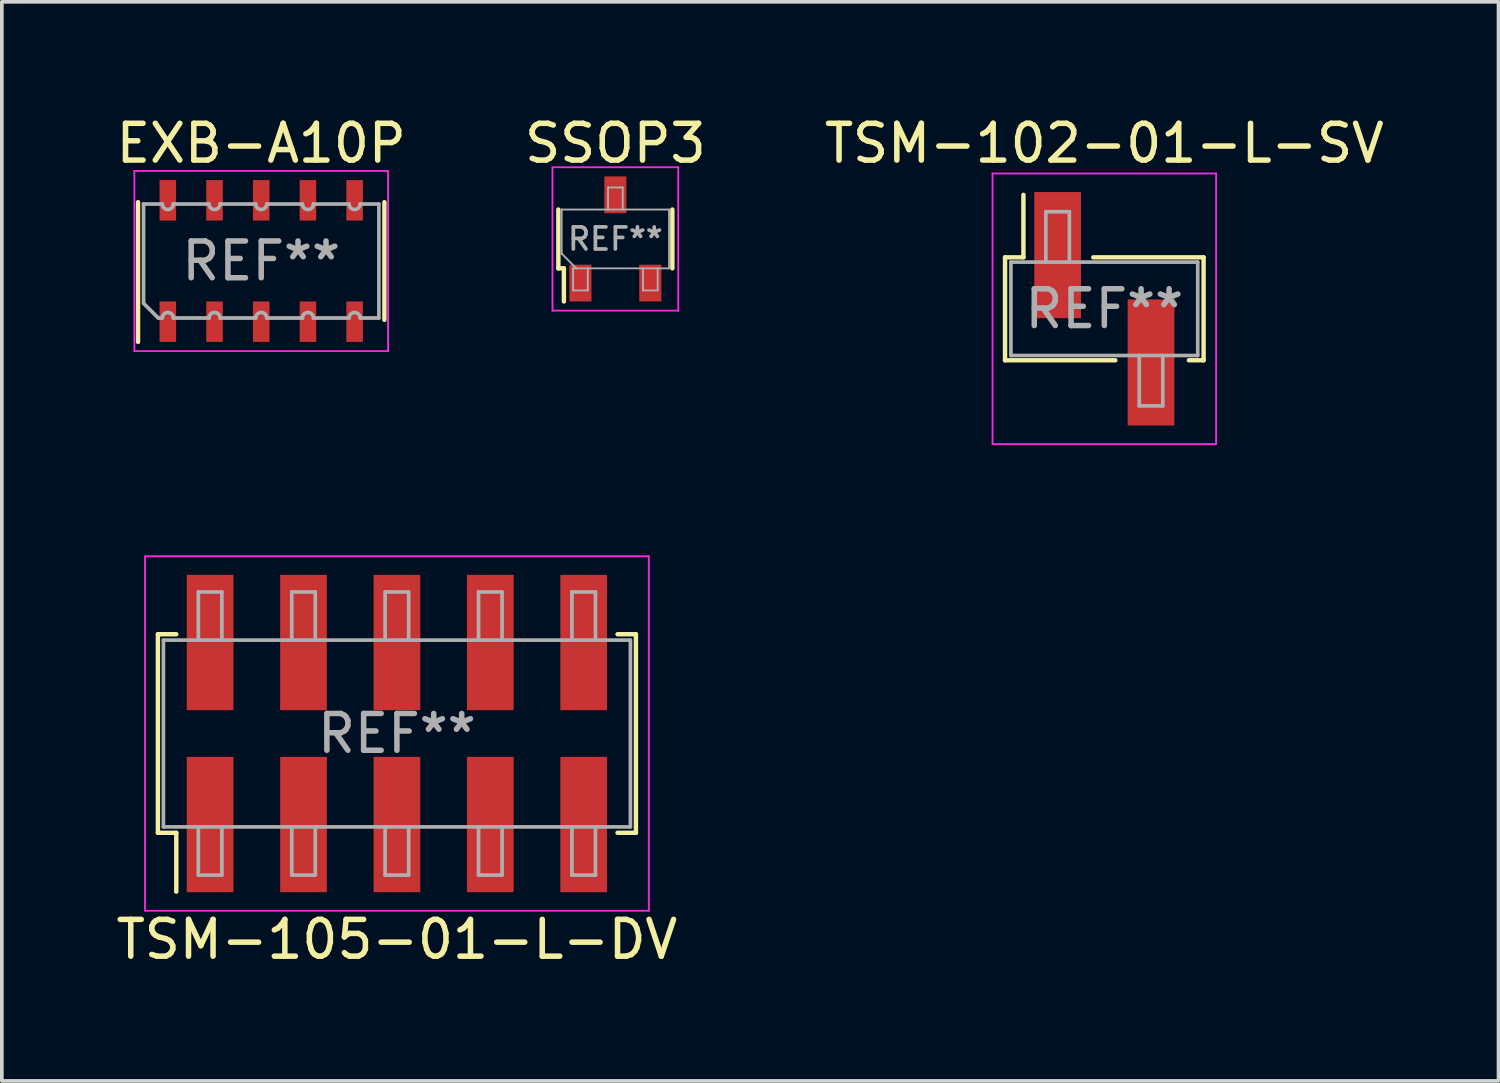
<source format=kicad_pcb>
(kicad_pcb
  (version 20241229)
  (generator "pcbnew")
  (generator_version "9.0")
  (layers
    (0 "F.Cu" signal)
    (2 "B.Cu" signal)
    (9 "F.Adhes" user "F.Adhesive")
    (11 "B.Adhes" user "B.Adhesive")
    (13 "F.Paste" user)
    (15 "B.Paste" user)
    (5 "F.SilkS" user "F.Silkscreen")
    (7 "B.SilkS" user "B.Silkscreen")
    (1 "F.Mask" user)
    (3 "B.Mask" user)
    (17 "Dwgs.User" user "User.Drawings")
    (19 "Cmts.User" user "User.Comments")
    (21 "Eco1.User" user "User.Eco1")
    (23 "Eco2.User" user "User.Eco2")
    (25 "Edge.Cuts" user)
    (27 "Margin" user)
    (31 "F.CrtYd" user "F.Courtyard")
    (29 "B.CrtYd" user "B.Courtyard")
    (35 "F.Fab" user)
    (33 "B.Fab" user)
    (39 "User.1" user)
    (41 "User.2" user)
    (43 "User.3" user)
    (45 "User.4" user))
  (footprint "EXB-A10P"
    (layer "F.Cu")
    (at 4.054 4.048)
    (property "Reference" "EXB-A10P" (at 0 -3.2 0) (layer "F.SilkS") (effects (font (size 1 1) (thickness 0.15))))
    (attr through_hole)
    (fp_line (start -3.35 -1.6) (end -3.35 2.2) (stroke (width 0.12) (type solid)) (layer "F.SilkS"))
    (fp_line (start 3.35 -1.6) (end 3.35 1.6) (stroke (width 0.12) (type solid)) (layer "F.SilkS"))
    (fp_line (start -3.45 -2.45) (end -3.45 2.45) (stroke (width 0.05) (type solid)) (layer "F.CrtYd"))
    (fp_line (start -3.45 -2.45) (end 3.45 -2.45) (stroke (width 0.05) (type solid)) (layer "F.CrtYd"))
    (fp_line (start 3.45 -2.45) (end 3.45 2.45) (stroke (width 0.05) (type solid)) (layer "F.CrtYd"))
    (fp_line (start 3.45 2.45) (end -3.45 2.45) (stroke (width 0.05) (type solid)) (layer "F.CrtYd"))
    (fp_line (start -3.2 -1.55) (end -3.2 1.15) (stroke (width 0.1) (type solid)) (layer "F.Fab"))
    (fp_line (start -3.2 -1.55) (end -2.69 -1.55) (stroke (width 0.1) (type solid)) (layer "F.Fab"))
    (fp_line (start -3.2 1.15) (end -2.8 1.55) (stroke (width 0.1) (type solid)) (layer "F.Fab"))
    (fp_line (start -2.8 1.55) (end -2.69 1.55) (stroke (width 0.1) (type solid)) (layer "F.Fab"))
    (fp_line (start -2.39 -1.55) (end -1.42 -1.55) (stroke (width 0.1) (type solid)) (layer "F.Fab"))
    (fp_line (start -2.39 1.55) (end -1.42 1.55) (stroke (width 0.1) (type solid)) (layer "F.Fab"))
    (fp_line (start -1.12 -1.55) (end -0.15 -1.55) (stroke (width 0.1) (type solid)) (layer "F.Fab"))
    (fp_line (start -1.12 1.55) (end -0.15 1.55) (stroke (width 0.1) (type solid)) (layer "F.Fab"))
    (fp_line (start 0.15 -1.55) (end 1.12 -1.55) (stroke (width 0.1) (type solid)) (layer "F.Fab"))
    (fp_line (start 0.15 1.55) (end 1.12 1.55) (stroke (width 0.1) (type solid)) (layer "F.Fab"))
    (fp_line (start 1.42 -1.55) (end 2.39 -1.55) (stroke (width 0.1) (type solid)) (layer "F.Fab"))
    (fp_line (start 1.42 1.55) (end 2.39 1.55) (stroke (width 0.1) (type solid)) (layer "F.Fab"))
    (fp_line (start 2.69 -1.55) (end 3.2 -1.55) (stroke (width 0.1) (type solid)) (layer "F.Fab"))
    (fp_line (start 2.69 1.55) (end 3.2 1.55) (stroke (width 0.1) (type solid)) (layer "F.Fab"))
    (fp_line (start 3.2 -1.55) (end 3.2 1.55) (stroke (width 0.1) (type solid)) (layer "F.Fab"))
    (fp_arc (start -2.69 1.55) (mid -2.54 1.4) (end -2.39 1.55) (stroke (width 0.1) (type solid)) (layer "F.Fab"))
    (fp_arc (start -2.39 -1.55) (mid -2.54 -1.4) (end -2.69 -1.55) (stroke (width 0.1) (type solid)) (layer "F.Fab"))
    (fp_arc (start -1.42 1.55) (mid -1.27 1.4) (end -1.12 1.55) (stroke (width 0.1) (type solid)) (layer "F.Fab"))
    (fp_arc (start -1.12 -1.55) (mid -1.27 -1.4) (end -1.42 -1.55) (stroke (width 0.1) (type solid)) (layer "F.Fab"))
    (fp_arc (start -0.15 1.55) (mid 0 1.4) (end 0.15 1.55) (stroke (width 0.1) (type solid)) (layer "F.Fab"))
    (fp_arc (start 0.15 -1.55) (mid 0 -1.4) (end -0.15 -1.55) (stroke (width 0.1) (type solid)) (layer "F.Fab"))
    (fp_arc (start 1.12 1.55) (mid 1.27 1.4) (end 1.42 1.55) (stroke (width 0.1) (type solid)) (layer "F.Fab"))
    (fp_arc (start 1.42 -1.55) (mid 1.27 -1.4) (end 1.12 -1.55) (stroke (width 0.1) (type solid)) (layer "F.Fab"))
    (fp_arc (start 2.39 1.55) (mid 2.54 1.4) (end 2.69 1.55) (stroke (width 0.1) (type solid)) (layer "F.Fab"))
    (fp_arc (start 2.69 -1.55) (mid 2.54 -1.4) (end 2.39 -1.55) (stroke (width 0.1) (type solid)) (layer "F.Fab"))
    (fp_text user "REF**" (at 0 0 0) (layer "F.Fab") (effects (font (size 1 1) (thickness 0.15))))
    (pad "1" smd rect (at -2.54 1.65) (size 0.45 1.1) (layers "F.Cu" "F.Mask" "F.Paste"))
    (pad "2" smd rect (at -1.27 1.65) (size 0.45 1.1) (layers "F.Cu" "F.Mask" "F.Paste"))
    (pad "3" smd rect (at 0 1.65) (size 0.45 1.1) (layers "F.Cu" "F.Mask" "F.Paste"))
    (pad "4" smd rect (at 1.27 1.65) (size 0.45 1.1) (layers "F.Cu" "F.Mask" "F.Paste"))
    (pad "5" smd rect (at 2.54 1.65) (size 0.45 1.1) (layers "F.Cu" "F.Mask" "F.Paste"))
    (pad "6" smd rect (at 2.54 -1.65) (size 0.45 1.1) (layers "F.Cu" "F.Mask" "F.Paste"))
    (pad "7" smd rect (at 1.27 -1.65) (size 0.45 1.1) (layers "F.Cu" "F.Mask" "F.Paste"))
    (pad "8" smd rect (at 0 -1.65) (size 0.45 1.1) (layers "F.Cu" "F.Mask" "F.Paste"))
    (pad "9" smd rect (at -1.27 -1.65) (size 0.45 1.1) (layers "F.Cu" "F.Mask" "F.Paste"))
    (pad "10" smd rect (at -2.54 -1.65) (size 0.45 1.1) (layers "F.Cu" "F.Mask" "F.Paste")))
  (footprint "TSM-105-01-L-DV"
    (layer "F.Cu")
    (at 7.744 16.898)
    (property "Reference" "TSM-105-01-L-DV" (at 0 5.6 0) (layer "F.SilkS") (effects (font (size 1 1) (thickness 0.15))))
    (attr through_hole)
    (fp_line (start -6.5 2.7) (end -6.5 -2.7) (stroke (width 0.12) (type solid)) (layer "F.SilkS"))
    (fp_line (start -6 -2.7) (end -6.5 -2.7) (stroke (width 0.12) (type solid)) (layer "F.SilkS"))
    (fp_line (start -6 2.7) (end -6.5 2.7) (stroke (width 0.12) (type solid)) (layer "F.SilkS"))
    (fp_line (start -6 4.3) (end -6 2.7) (stroke (width 0.12) (type solid)) (layer "F.SilkS"))
    (fp_line (start 6 -2.7) (end 6.5 -2.7) (stroke (width 0.12) (type solid)) (layer "F.SilkS"))
    (fp_line (start 6.5 -2.7) (end 6.5 2.7) (stroke (width 0.12) (type solid)) (layer "F.SilkS"))
    (fp_line (start 6.5 2.7) (end 6 2.7) (stroke (width 0.12) (type solid)) (layer "F.SilkS"))
    (fp_line (start -6.85 -4.82) (end 6.85 -4.82) (stroke (width 0.05) (type solid)) (layer "F.CrtYd"))
    (fp_line (start -6.85 4.82) (end -6.85 -4.82) (stroke (width 0.05) (type solid)) (layer "F.CrtYd"))
    (fp_line (start 6.85 -4.82) (end 6.85 4.82) (stroke (width 0.05) (type solid)) (layer "F.CrtYd"))
    (fp_line (start 6.85 4.82) (end -6.85 4.82) (stroke (width 0.05) (type solid)) (layer "F.CrtYd"))
    (fp_line (start -6.35 -2.54) (end 6.35 -2.54) (stroke (width 0.1) (type solid)) (layer "F.Fab"))
    (fp_line (start -6.35 2.54) (end -6.35 -2.54) (stroke (width 0.1) (type solid)) (layer "F.Fab"))
    (fp_line (start -5.4 -3.85) (end -4.76 -3.85) (stroke (width 0.1) (type solid)) (layer "F.Fab"))
    (fp_line (start -5.4 -2.54) (end -5.4 -3.85) (stroke (width 0.1) (type solid)) (layer "F.Fab"))
    (fp_line (start -5.4 2.54) (end -5.4 3.85) (stroke (width 0.1) (type solid)) (layer "F.Fab"))
    (fp_line (start -5.4 3.85) (end -4.76 3.85) (stroke (width 0.1) (type solid)) (layer "F.Fab"))
    (fp_line (start -4.76 -3.85) (end -4.76 -2.54) (stroke (width 0.1) (type solid)) (layer "F.Fab"))
    (fp_line (start -4.76 3.85) (end -4.76 2.54) (stroke (width 0.1) (type solid)) (layer "F.Fab"))
    (fp_line (start -2.86 -3.85) (end -2.22 -3.85) (stroke (width 0.1) (type solid)) (layer "F.Fab"))
    (fp_line (start -2.86 -2.54) (end -2.86 -3.85) (stroke (width 0.1) (type solid)) (layer "F.Fab"))
    (fp_line (start -2.86 2.54) (end -2.86 3.85) (stroke (width 0.1) (type solid)) (layer "F.Fab"))
    (fp_line (start -2.86 3.85) (end -2.22 3.85) (stroke (width 0.1) (type solid)) (layer "F.Fab"))
    (fp_line (start -2.22 -3.85) (end -2.22 -2.54) (stroke (width 0.1) (type solid)) (layer "F.Fab"))
    (fp_line (start -2.22 3.85) (end -2.22 2.54) (stroke (width 0.1) (type solid)) (layer "F.Fab"))
    (fp_line (start -0.32 -3.85) (end 0.32 -3.85) (stroke (width 0.1) (type solid)) (layer "F.Fab"))
    (fp_line (start -0.32 -2.54) (end -0.32 -3.85) (stroke (width 0.1) (type solid)) (layer "F.Fab"))
    (fp_line (start -0.32 2.54) (end -0.32 3.85) (stroke (width 0.1) (type solid)) (layer "F.Fab"))
    (fp_line (start -0.32 3.85) (end 0.32 3.85) (stroke (width 0.1) (type solid)) (layer "F.Fab"))
    (fp_line (start 0.32 -3.85) (end 0.32 -2.54) (stroke (width 0.1) (type solid)) (layer "F.Fab"))
    (fp_line (start 0.32 3.85) (end 0.32 2.54) (stroke (width 0.1) (type solid)) (layer "F.Fab"))
    (fp_line (start 2.22 -3.85) (end 2.86 -3.85) (stroke (width 0.1) (type solid)) (layer "F.Fab"))
    (fp_line (start 2.22 -2.54) (end 2.22 -3.85) (stroke (width 0.1) (type solid)) (layer "F.Fab"))
    (fp_line (start 2.22 2.54) (end 2.22 3.85) (stroke (width 0.1) (type solid)) (layer "F.Fab"))
    (fp_line (start 2.22 3.85) (end 2.86 3.85) (stroke (width 0.1) (type solid)) (layer "F.Fab"))
    (fp_line (start 2.86 -3.85) (end 2.86 -2.54) (stroke (width 0.1) (type solid)) (layer "F.Fab"))
    (fp_line (start 2.86 3.85) (end 2.86 2.54) (stroke (width 0.1) (type solid)) (layer "F.Fab"))
    (fp_line (start 4.76 -3.85) (end 5.4 -3.85) (stroke (width 0.1) (type solid)) (layer "F.Fab"))
    (fp_line (start 4.76 -2.54) (end 4.76 -3.85) (stroke (width 0.1) (type solid)) (layer "F.Fab"))
    (fp_line (start 4.76 2.54) (end 4.76 3.85) (stroke (width 0.1) (type solid)) (layer "F.Fab"))
    (fp_line (start 4.76 3.85) (end 5.4 3.85) (stroke (width 0.1) (type solid)) (layer "F.Fab"))
    (fp_line (start 5.4 -3.85) (end 5.4 -2.54) (stroke (width 0.1) (type solid)) (layer "F.Fab"))
    (fp_line (start 5.4 3.85) (end 5.4 2.54) (stroke (width 0.1) (type solid)) (layer "F.Fab"))
    (fp_line (start 6.35 -2.54) (end 6.35 2.54) (stroke (width 0.1) (type solid)) (layer "F.Fab"))
    (fp_line (start 6.35 2.54) (end -6.35 2.54) (stroke (width 0.1) (type solid)) (layer "F.Fab"))
    (fp_text user "REF**" (at 0 0 0) (layer "F.Fab") (effects (font (size 1 1) (thickness 0.15))))
    (pad "1" smd rect (at -5.08 2.475) (size 1.27 3.68) (layers "F.Cu" "F.Mask" "F.Paste"))
    (pad "2" smd rect (at -5.08 -2.475) (size 1.27 3.68) (layers "F.Cu" "F.Mask" "F.Paste"))
    (pad "3" smd rect (at -2.54 2.475) (size 1.27 3.68) (layers "F.Cu" "F.Mask" "F.Paste"))
    (pad "4" smd rect (at -2.54 -2.475) (size 1.27 3.68) (layers "F.Cu" "F.Mask" "F.Paste"))
    (pad "5" smd rect (at 0 2.475) (size 1.27 3.68) (layers "F.Cu" "F.Mask" "F.Paste"))
    (pad "6" smd rect (at 0 -2.475) (size 1.27 3.68) (layers "F.Cu" "F.Mask" "F.Paste"))
    (pad "7" smd rect (at 2.54 2.475) (size 1.27 3.68) (layers "F.Cu" "F.Mask" "F.Paste"))
    (pad "8" smd rect (at 2.54 -2.475) (size 1.27 3.68) (layers "F.Cu" "F.Mask" "F.Paste"))
    (pad "9" smd rect (at 5.08 2.475) (size 1.27 3.68) (layers "F.Cu" "F.Mask" "F.Paste"))
    (pad "10" smd rect (at 5.08 -2.475) (size 1.27 3.68) (layers "F.Cu" "F.Mask" "F.Paste")))
  (footprint "TSM-102-01-L-SV"
    (layer "F.Cu")
    (at 26.982 5.348)
    (property "Reference" "TSM-102-01-L-SV" (at 0 -4.5 0) (layer "F.SilkS") (effects (font (size 1 1) (thickness 0.15))))
    (attr through_hole)
    (fp_line (start -2.7 -1.4) (end -2.7 1.4) (stroke (width 0.12) (type solid)) (layer "F.SilkS"))
    (fp_line (start -2.7 1.4) (end 0.3 1.4) (stroke (width 0.12) (type solid)) (layer "F.SilkS"))
    (fp_line (start -2.2 -3.1) (end -2.2 -1.4) (stroke (width 0.12) (type solid)) (layer "F.SilkS"))
    (fp_line (start -2.2 -1.4) (end -2.7 -1.4) (stroke (width 0.12) (type solid)) (layer "F.SilkS"))
    (fp_line (start -0.3 -1.4) (end 2.7 -1.4) (stroke (width 0.12) (type solid)) (layer "F.SilkS"))
    (fp_line (start 2.7 -1.4) (end 2.7 1.4) (stroke (width 0.12) (type solid)) (layer "F.SilkS"))
    (fp_line (start 2.7 1.4) (end 2.3 1.4) (stroke (width 0.12) (type solid)) (layer "F.SilkS"))
    (fp_line (start -3.04 -3.68) (end 3.04 -3.68) (stroke (width 0.05) (type solid)) (layer "F.CrtYd"))
    (fp_line (start -3.04 3.68) (end -3.04 -3.68) (stroke (width 0.05) (type solid)) (layer "F.CrtYd"))
    (fp_line (start 3.04 -3.68) (end 3.04 3.68) (stroke (width 0.05) (type solid)) (layer "F.CrtYd"))
    (fp_line (start 3.04 3.68) (end -3.04 3.68) (stroke (width 0.05) (type solid)) (layer "F.CrtYd"))
    (fp_line (start -2.54 -1.27) (end 2.54 -1.27) (stroke (width 0.1) (type solid)) (layer "F.Fab"))
    (fp_line (start -2.54 1.27) (end -2.54 -1.27) (stroke (width 0.1) (type solid)) (layer "F.Fab"))
    (fp_line (start -1.59 -2.64) (end -0.95 -2.64) (stroke (width 0.1) (type solid)) (layer "F.Fab"))
    (fp_line (start -1.59 -1.27) (end -1.59 -2.64) (stroke (width 0.1) (type solid)) (layer "F.Fab"))
    (fp_line (start -0.95 -2.64) (end -0.95 -1.27) (stroke (width 0.1) (type solid)) (layer "F.Fab"))
    (fp_line (start 0.95 1.27) (end 0.95 2.64) (stroke (width 0.1) (type solid)) (layer "F.Fab"))
    (fp_line (start 0.95 2.64) (end 1.59 2.64) (stroke (width 0.1) (type solid)) (layer "F.Fab"))
    (fp_line (start 1.59 2.64) (end 1.59 1.27) (stroke (width 0.1) (type solid)) (layer "F.Fab"))
    (fp_line (start 2.54 -1.27) (end 2.54 1.27) (stroke (width 0.1) (type solid)) (layer "F.Fab"))
    (fp_line (start 2.54 1.27) (end -2.54 1.27) (stroke (width 0.1) (type solid)) (layer "F.Fab"))
    (fp_text user "REF**" (at 0 0 0) (layer "F.Fab") (effects (font (size 1 1) (thickness 0.15))))
    (pad "1" smd rect (at -1.27 -1.46) (size 1.27 3.43) (layers "F.Cu" "F.Mask" "F.Paste"))
    (pad "2" smd rect (at 1.27 1.46) (size 1.27 3.43) (layers "F.Cu" "F.Mask" "F.Paste")))
  (footprint "SSOP3"
    (layer "F.Cu")
    (at 13.685 3.448)
    (property "Reference" "SSOP3" (at 0 -2.6 0) (layer "F.SilkS") (effects (font (size 1 1) (thickness 0.15))))
    (attr through_hole)
    (fp_line (start -1.55 -0.8) (end -1.55 0.8) (stroke (width 0.12) (type solid)) (layer "F.SilkS"))
    (fp_line (start -1.55 0.8) (end -1.4 0.8) (stroke (width 0.12) (type solid)) (layer "F.SilkS"))
    (fp_line (start -1.4 0.8) (end -1.4 1.7) (stroke (width 0.12) (type solid)) (layer "F.SilkS"))
    (fp_line (start 1.55 -0.8) (end 1.55 0.8) (stroke (width 0.12) (type solid)) (layer "F.SilkS"))
    (fp_line (start -1.71 -1.95) (end 1.71 -1.95) (stroke (width 0.05) (type solid)) (layer "F.CrtYd"))
    (fp_line (start -1.71 1.95) (end -1.71 -1.95) (stroke (width 0.05) (type solid)) (layer "F.CrtYd"))
    (fp_line (start 1.71 -1.95) (end 1.71 1.95) (stroke (width 0.05) (type solid)) (layer "F.CrtYd"))
    (fp_line (start 1.71 1.95) (end -1.71 1.95) (stroke (width 0.05) (type solid)) (layer "F.CrtYd"))
    (fp_line (start -1.46 -0.8) (end 1.46 -0.8) (stroke (width 0.05) (type solid)) (layer "F.Fab"))
    (fp_line (start -1.46 0.4) (end -1.46 -0.8) (stroke (width 0.05) (type solid)) (layer "F.Fab"))
    (fp_line (start -1.46 0.4) (end -1.06 0.8) (stroke (width 0.05) (type solid)) (layer "F.Fab"))
    (fp_line (start -1.15 0.8) (end -1.15 1.4) (stroke (width 0.05) (type solid)) (layer "F.Fab"))
    (fp_line (start -1.15 0.8) (end -1.06 0.8) (stroke (width 0.05) (type solid)) (layer "F.Fab"))
    (fp_line (start -1.15 1.4) (end -0.75 1.4) (stroke (width 0.05) (type solid)) (layer "F.Fab"))
    (fp_line (start -0.75 1.4) (end -0.75 0.8) (stroke (width 0.05) (type solid)) (layer "F.Fab"))
    (fp_line (start -0.2 -1.4) (end 0.2 -1.4) (stroke (width 0.05) (type solid)) (layer "F.Fab"))
    (fp_line (start -0.2 -0.8) (end -0.2 -1.4) (stroke (width 0.05) (type solid)) (layer "F.Fab"))
    (fp_line (start 0.2 -1.4) (end 0.2 -0.8) (stroke (width 0.05) (type solid)) (layer "F.Fab"))
    (fp_line (start 0.75 0.8) (end 0.75 1.4) (stroke (width 0.05) (type solid)) (layer "F.Fab"))
    (fp_line (start 0.75 1.4) (end 1.15 1.4) (stroke (width 0.05) (type solid)) (layer "F.Fab"))
    (fp_line (start 1.15 1.4) (end 1.15 0.8) (stroke (width 0.05) (type solid)) (layer "F.Fab"))
    (fp_line (start 1.46 -0.8) (end 1.46 0.8) (stroke (width 0.05) (type solid)) (layer "F.Fab"))
    (fp_line (start 1.46 0.8) (end -1.06 0.8) (stroke (width 0.05) (type solid)) (layer "F.Fab"))
    (fp_text user "REF**" (at 0 0 0) (layer "F.Fab") (effects (font (size 0.6 0.6) (thickness 0.1))))
    (pad "1" smd rect (at -0.95 1.2) (size 0.6 1) (layers "F.Cu" "F.Mask" "F.Paste"))
    (pad "2" smd rect (at 0.95 1.2) (size 0.6 1) (layers "F.Cu" "F.Mask" "F.Paste"))
    (pad "3" smd rect (at 0 -1.2) (size 0.6 1) (layers "F.Cu" "F.Mask" "F.Paste")))
  (gr_rect
    (start -3 -3)
    (end 37.702 26.346)
    (stroke (width 0.1) (type default))
    (fill no)
    (layer "Edge.Cuts")))
</source>
